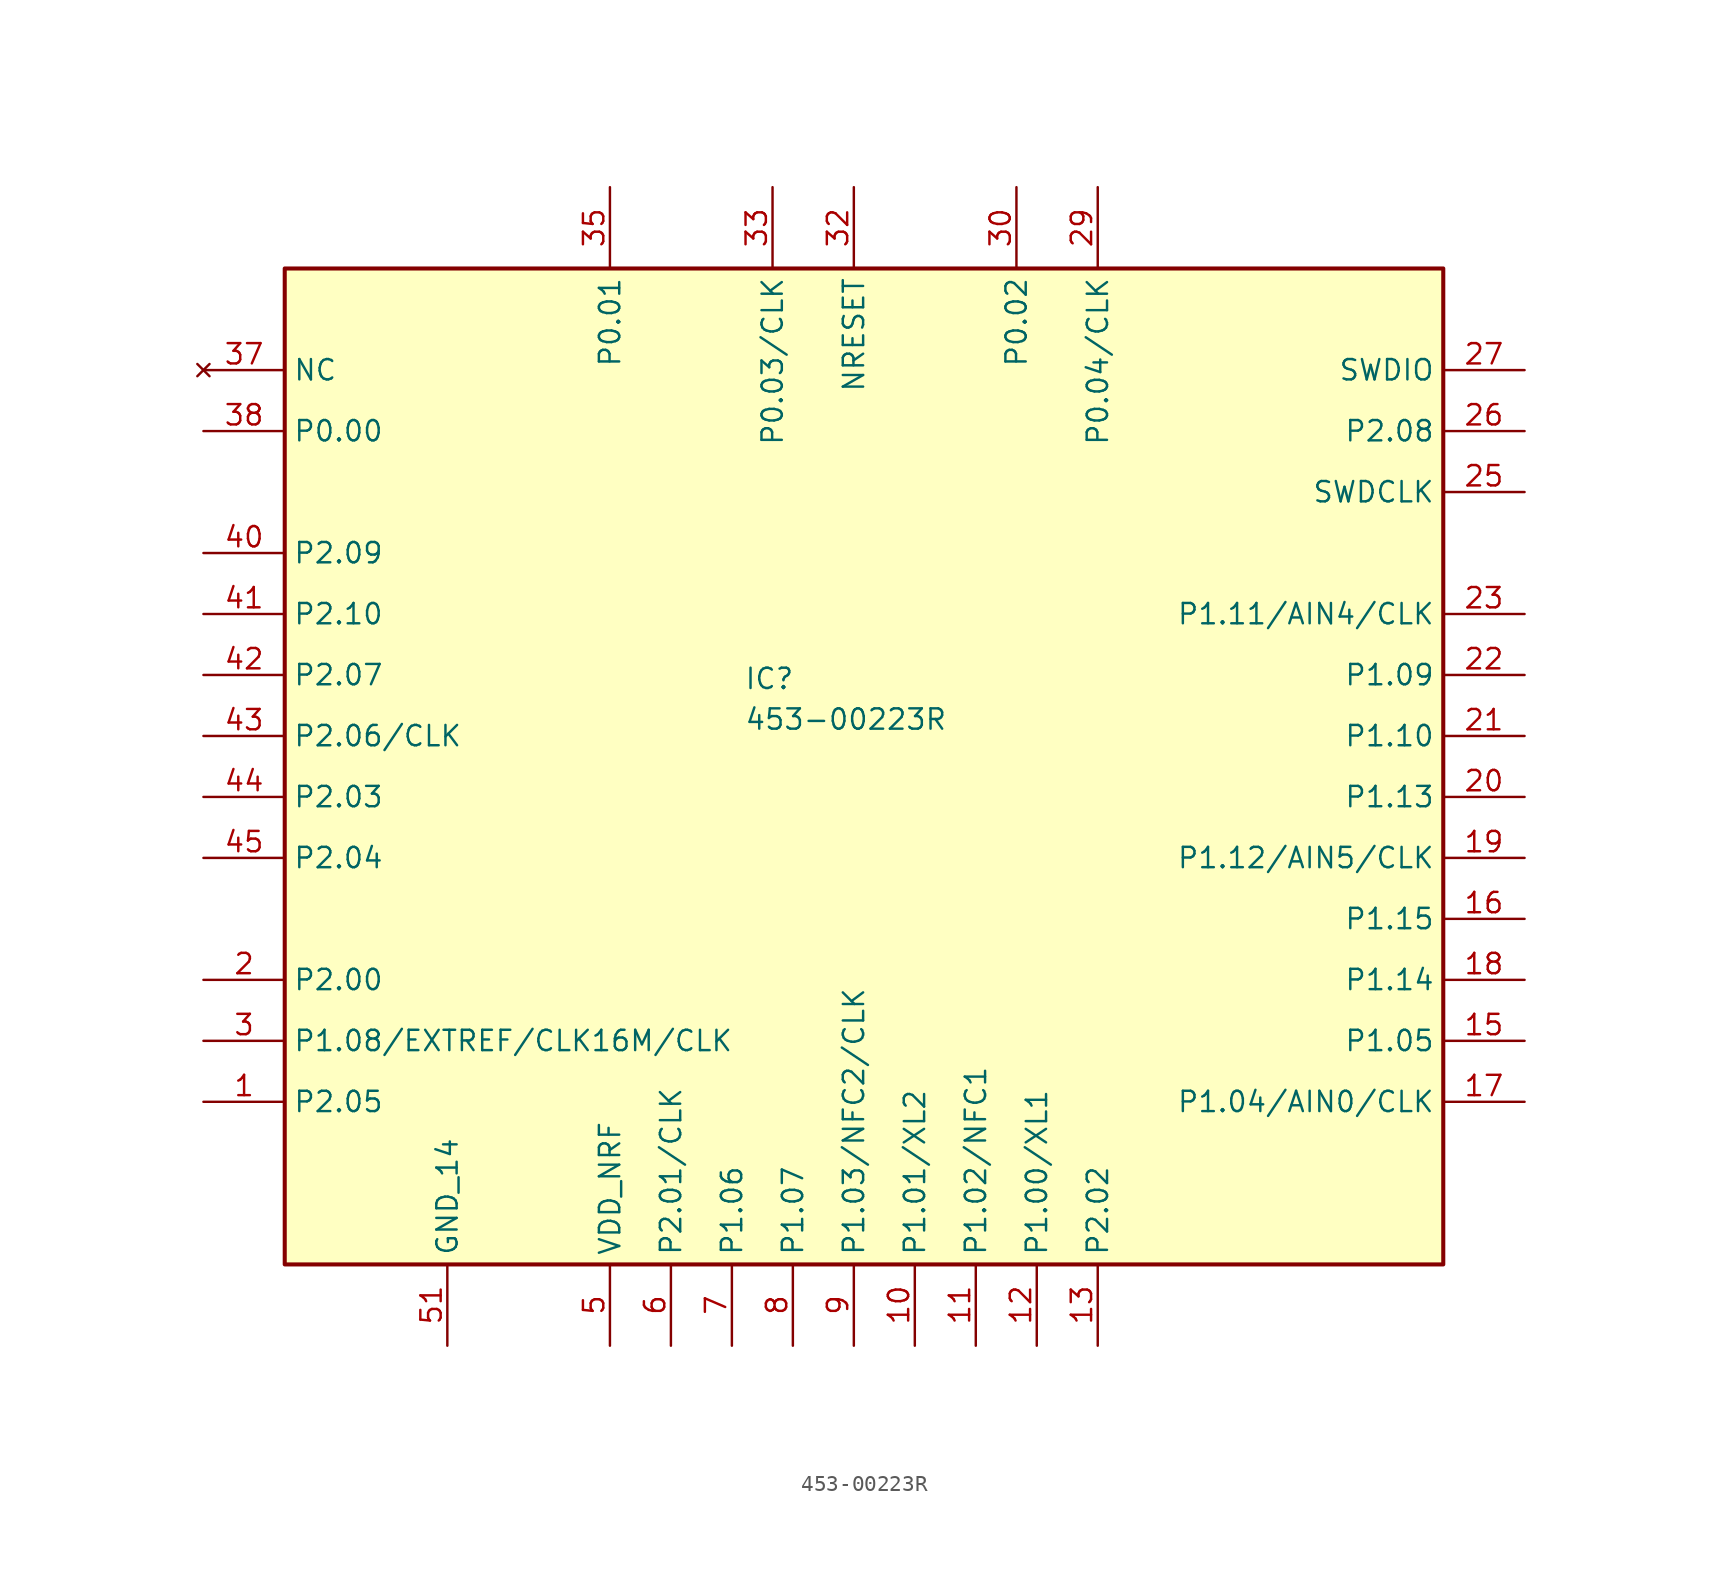
<source format=kicad_sym>
(kicad_symbol_lib
  (version 20241209)
  (generator "kicad_symbol_editor")
  (generator_version "9.0")
  (symbol "453-00223R"
    (property "Reference" "IC"
      (at 28.702 14.478 0)
      (effects (font (size 1.27 1.27)) (justify left top)))
    (property "Value" "453-00223R"
      (at 28.702 11.938 0)
      (effects (font (size 1.27 1.27)) (justify left top)))
    (symbol "453-00223R_1_1"
      (rectangle (start 0 39.37) (end 72.39 -22.86) (stroke (width 0.254) (type default)) (fill (type background)))
      (pin no_connect line (at -5.08 33.02 0) (length 5.08) (name "NC" (effects (font (size 1.27 1.27)))) (number "37" (effects (font (size 1.27 1.27)))))
      (pin passive line (at -5.08 29.21 0) (length 5.08) (name "P0.00" (effects (font (size 1.27 1.27)))) (number "38" (effects (font (size 1.27 1.27)))))
      (pin passive line (at -5.08 21.59 0) (length 5.08) (name "P2.09" (effects (font (size 1.27 1.27)))) (number "40" (effects (font (size 1.27 1.27)))))
      (pin passive line (at -5.08 17.78 0) (length 5.08) (name "P2.10" (effects (font (size 1.27 1.27)))) (number "41" (effects (font (size 1.27 1.27)))))
      (pin passive line (at -5.08 13.97 0) (length 5.08) (name "P2.07" (effects (font (size 1.27 1.27)))) (number "42" (effects (font (size 1.27 1.27)))))
      (pin passive line (at -5.08 10.16 0) (length 5.08) (name "P2.06/CLK" (effects (font (size 1.27 1.27)))) (number "43" (effects (font (size 1.27 1.27)))))
      (pin passive line (at -5.08 6.35 0) (length 5.08) (name "P2.03" (effects (font (size 1.27 1.27)))) (number "44" (effects (font (size 1.27 1.27)))))
      (pin passive line (at -5.08 2.54 0) (length 5.08) (name "P2.04" (effects (font (size 1.27 1.27)))) (number "45" (effects (font (size 1.27 1.27)))))
      (pin passive line (at -5.08 -5.08 0) (length 5.08) (name "P2.00" (effects (font (size 1.27 1.27)))) (number "2" (effects (font (size 1.27 1.27)))))
      (pin passive line (at -5.08 -8.89 0) (length 5.08) (name "P1.08/EXTREF/CLK16M/CLK" (effects (font (size 1.27 1.27)))) (number "3" (effects (font (size 1.27 1.27)))))
      (pin passive line (at -5.08 -12.7 0) (length 5.08) (name "P2.05" (effects (font (size 1.27 1.27)))) (number "1" (effects (font (size 1.27 1.27)))))
      (pin passive line (at 10.16 -27.94 90) (length 5.08) (hide yes) (name "GND_2" (effects (font (size 1.27 1.27)))) (number "14" (effects (font (size 1.27 1.27)))))
      (pin passive line (at 10.16 -27.94 90) (length 5.08) (hide yes) (name "GND_3" (effects (font (size 1.27 1.27)))) (number "24" (effects (font (size 1.27 1.27)))))
      (pin passive line (at 10.16 -27.94 90) (length 5.08) (hide yes) (name "GND_4" (effects (font (size 1.27 1.27)))) (number "28" (effects (font (size 1.27 1.27)))))
      (pin passive line (at 10.16 -27.94 90) (length 5.08) (hide yes) (name "GND_5" (effects (font (size 1.27 1.27)))) (number "31" (effects (font (size 1.27 1.27)))))
      (pin passive line (at 10.16 -27.94 90) (length 5.08) (hide yes) (name "GND_6" (effects (font (size 1.27 1.27)))) (number "34" (effects (font (size 1.27 1.27)))))
      (pin passive line (at 10.16 -27.94 90) (length 5.08) (hide yes) (name "GND_7" (effects (font (size 1.27 1.27)))) (number "36" (effects (font (size 1.27 1.27)))))
      (pin passive line (at 10.16 -27.94 90) (length 5.08) (hide yes) (name "GND_8" (effects (font (size 1.27 1.27)))) (number "39" (effects (font (size 1.27 1.27)))))
      (pin passive line (at 10.16 -27.94 90) (length 5.08) (hide yes) (name "GND_1" (effects (font (size 1.27 1.27)))) (number "4" (effects (font (size 1.27 1.27)))))
      (pin passive line (at 10.16 -27.94 90) (length 5.08) (hide yes) (name "GND_9" (effects (font (size 1.27 1.27)))) (number "46" (effects (font (size 1.27 1.27)))))
      (pin passive line (at 10.16 -27.94 90) (length 5.08) (hide yes) (name "GND_10" (effects (font (size 1.27 1.27)))) (number "47" (effects (font (size 1.27 1.27)))))
      (pin passive line (at 10.16 -27.94 90) (length 5.08) (hide yes) (name "GND_11" (effects (font (size 1.27 1.27)))) (number "48" (effects (font (size 1.27 1.27)))))
      (pin passive line (at 10.16 -27.94 90) (length 5.08) (hide yes) (name "GND_12" (effects (font (size 1.27 1.27)))) (number "49" (effects (font (size 1.27 1.27)))))
      (pin passive line (at 10.16 -27.94 90) (length 5.08) (hide yes) (name "GND_13" (effects (font (size 1.27 1.27)))) (number "50" (effects (font (size 1.27 1.27)))))
      (pin passive line (at 10.16 -27.94 90) (length 5.08) (name "GND_14" (effects (font (size 1.27 1.27)))) (number "51" (effects (font (size 1.27 1.27)))))
      (pin passive line (at 20.32 44.45 270) (length 5.08) (name "P0.01" (effects (font (size 1.27 1.27)))) (number "35" (effects (font (size 1.27 1.27)))))
      (pin power_in line (at 20.32 -27.94 90) (length 5.08) (name "VDD_NRF" (effects (font (size 1.27 1.27)))) (number "5" (effects (font (size 1.27 1.27)))))
      (pin passive line (at 24.13 -27.94 90) (length 5.08) (name "P2.01/CLK" (effects (font (size 1.27 1.27)))) (number "6" (effects (font (size 1.27 1.27)))))
      (pin passive line (at 27.94 -27.94 90) (length 5.08) (name "P1.06" (effects (font (size 1.27 1.27)))) (number "7" (effects (font (size 1.27 1.27)))))
      (pin passive line (at 30.48 44.45 270) (length 5.08) (name "P0.03/CLK" (effects (font (size 1.27 1.27)))) (number "33" (effects (font (size 1.27 1.27)))))
      (pin passive line (at 31.75 -27.94 90) (length 5.08) (name "P1.07" (effects (font (size 1.27 1.27)))) (number "8" (effects (font (size 1.27 1.27)))))
      (pin passive line (at 35.56 44.45 270) (length 5.08) (name "NRESET" (effects (font (size 1.27 1.27)))) (number "32" (effects (font (size 1.27 1.27)))))
      (pin passive line (at 35.56 -27.94 90) (length 5.08) (name "P1.03/NFC2/CLK" (effects (font (size 1.27 1.27)))) (number "9" (effects (font (size 1.27 1.27)))))
      (pin passive line (at 39.37 -27.94 90) (length 5.08) (name "P1.01/XL2" (effects (font (size 1.27 1.27)))) (number "10" (effects (font (size 1.27 1.27)))))
      (pin passive line (at 43.18 -27.94 90) (length 5.08) (name "P1.02/NFC1" (effects (font (size 1.27 1.27)))) (number "11" (effects (font (size 1.27 1.27)))))
      (pin passive line (at 45.72 44.45 270) (length 5.08) (name "P0.02" (effects (font (size 1.27 1.27)))) (number "30" (effects (font (size 1.27 1.27)))))
      (pin passive line (at 46.99 -27.94 90) (length 5.08) (name "P1.00/XL1" (effects (font (size 1.27 1.27)))) (number "12" (effects (font (size 1.27 1.27)))))
      (pin passive line (at 50.8 44.45 270) (length 5.08) (name "P0.04/CLK" (effects (font (size 1.27 1.27)))) (number "29" (effects (font (size 1.27 1.27)))))
      (pin passive line (at 50.8 -27.94 90) (length 5.08) (name "P2.02" (effects (font (size 1.27 1.27)))) (number "13" (effects (font (size 1.27 1.27)))))
      (pin passive line (at 77.47 33.02 180) (length 5.08) (name "SWDIO" (effects (font (size 1.27 1.27)))) (number "27" (effects (font (size 1.27 1.27)))))
      (pin passive line (at 77.47 29.21 180) (length 5.08) (name "P2.08" (effects (font (size 1.27 1.27)))) (number "26" (effects (font (size 1.27 1.27)))))
      (pin passive line (at 77.47 25.4 180) (length 5.08) (name "SWDCLK" (effects (font (size 1.27 1.27)))) (number "25" (effects (font (size 1.27 1.27)))))
      (pin passive line (at 77.47 17.78 180) (length 5.08) (name "P1.11/AIN4/CLK" (effects (font (size 1.27 1.27)))) (number "23" (effects (font (size 1.27 1.27)))))
      (pin passive line (at 77.47 13.97 180) (length 5.08) (name "P1.09" (effects (font (size 1.27 1.27)))) (number "22" (effects (font (size 1.27 1.27)))))
      (pin passive line (at 77.47 10.16 180) (length 5.08) (name "P1.10" (effects (font (size 1.27 1.27)))) (number "21" (effects (font (size 1.27 1.27)))))
      (pin passive line (at 77.47 6.35 180) (length 5.08) (name "P1.13" (effects (font (size 1.27 1.27)))) (number "20" (effects (font (size 1.27 1.27)))))
      (pin passive line (at 77.47 2.54 180) (length 5.08) (name "P1.12/AIN5/CLK" (effects (font (size 1.27 1.27)))) (number "19" (effects (font (size 1.27 1.27)))))
      (pin passive line (at 77.47 -1.27 180) (length 5.08) (name "P1.15" (effects (font (size 1.27 1.27)))) (number "16" (effects (font (size 1.27 1.27)))))
      (pin passive line (at 77.47 -5.08 180) (length 5.08) (name "P1.14" (effects (font (size 1.27 1.27)))) (number "18" (effects (font (size 1.27 1.27)))))
      (pin passive line (at 77.47 -8.89 180) (length 5.08) (name "P1.05" (effects (font (size 1.27 1.27)))) (number "15" (effects (font (size 1.27 1.27)))))
      (pin passive line (at 77.47 -12.7 180) (length 5.08) (name "P1.04/AIN0/CLK" (effects (font (size 1.27 1.27)))) (number "17" (effects (font (size 1.27 1.27))))))))
</source>
